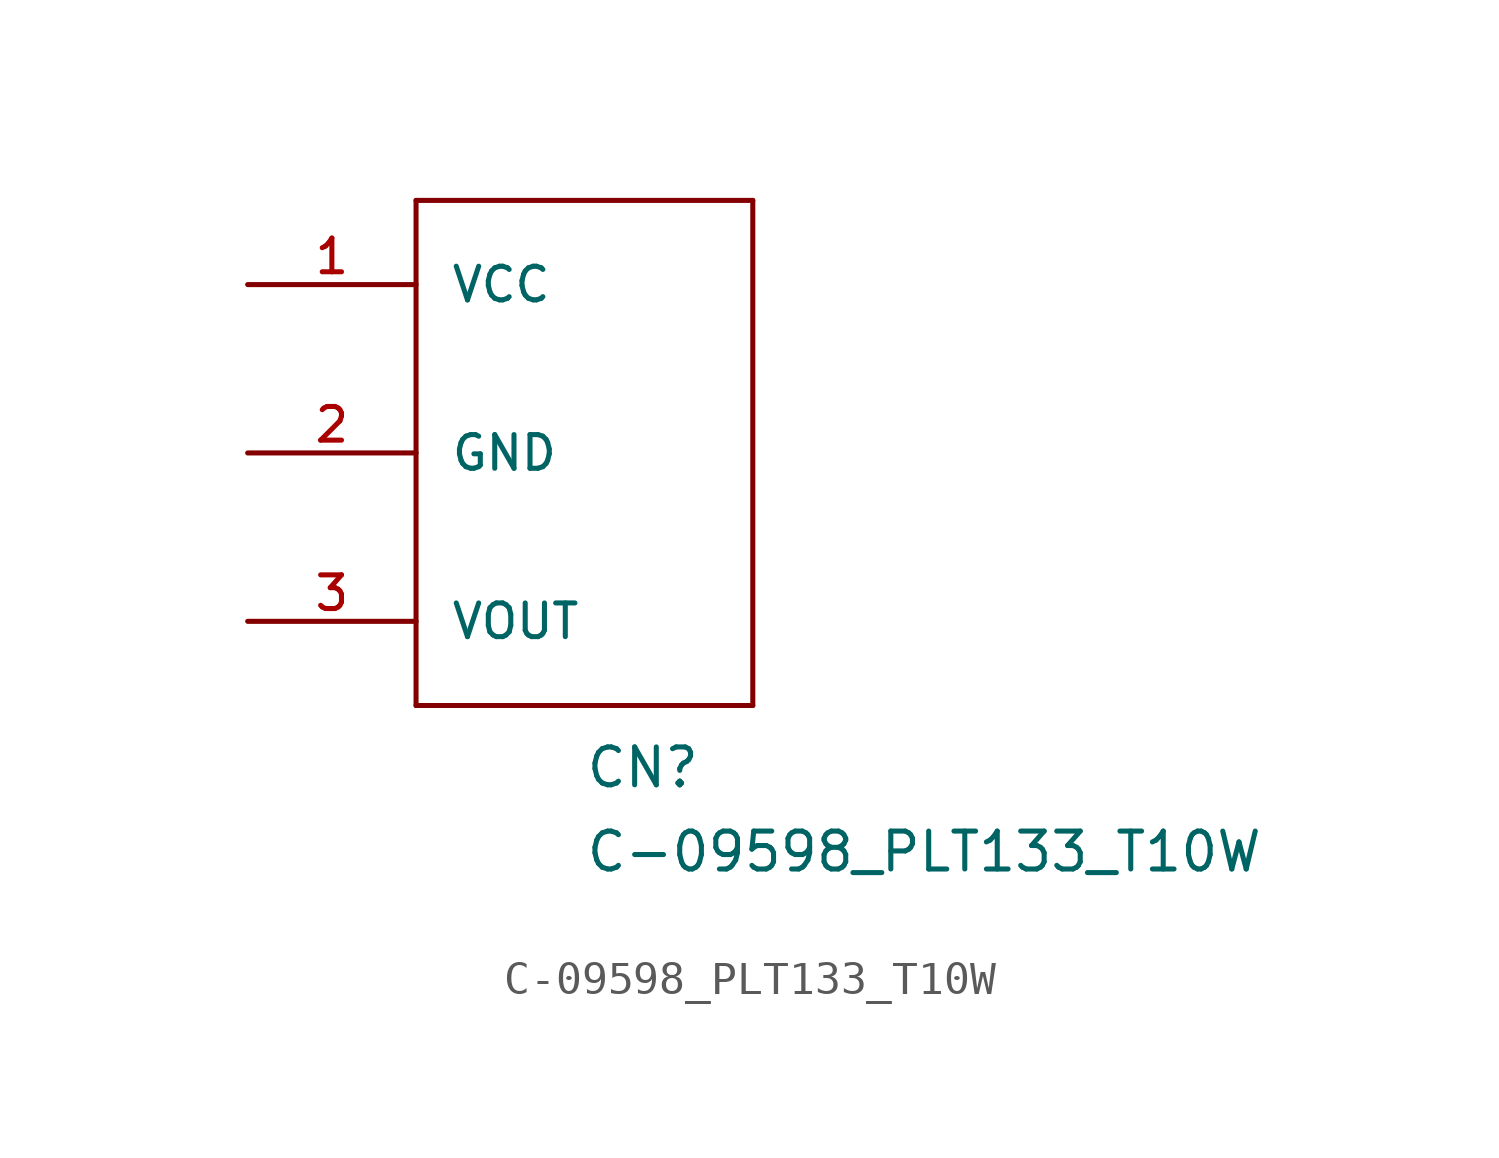
<source format=kicad_sym>
(kicad_symbol_lib
  (version 20211014)
  (generator kicad_symbol_editor)
  (symbol "C-09598_PLT133_T10W"
    (pin_names
      (offset 1.016))
    (property "Reference" "CN"
      (at 0 -10.16 0)
      (effects (font (size 1.143 1.143)) (justify left bottom)))
    (property "Value" "C-09598_PLT133_T10W"
      (at 0 -12.7 0)
      (effects (font (size 1.143 1.143)) (justify left bottom)))
    (property "ki_locked" ""
      (at 0 0 0)
      (effects (font (size 1.27 1.27))))
    (symbol "C-09598_PLT133_T10W_1_0"
      (polyline (pts (xy -5.08 -7.62) (xy -5.08 7.62)) (stroke (width 0) (type default) (color 0 0 0 0)) (fill (type none)))
      (polyline (pts (xy -5.08 7.62) (xy 5.08 7.62)) (stroke (width 0) (type default) (color 0 0 0 0)) (fill (type none)))
      (polyline (pts (xy 5.08 -7.62) (xy -5.08 -7.62)) (stroke (width 0) (type default) (color 0 0 0 0)) (fill (type none)))
      (polyline (pts (xy 5.08 7.62) (xy 5.08 -7.62)) (stroke (width 0) (type default) (color 0 0 0 0)) (fill (type none))))
    (symbol "C-09598_PLT133_T10W_1_1"
      (pin bidirectional line (at -10.16 5.08 0) (length 5.08) (name "VCC" (effects (font (size 1.016 1.016)))) (number "1" (effects (font (size 1.016 1.016)))))
      (pin bidirectional line (at -10.16 0 0) (length 5.08) (name "GND" (effects (font (size 1.016 1.016)))) (number "2" (effects (font (size 1.016 1.016)))))
      (pin bidirectional line (at -10.16 -5.08 0) (length 5.08) (name "VOUT" (effects (font (size 1.016 1.016)))) (number "3" (effects (font (size 1.016 1.016))))))))
</source>
